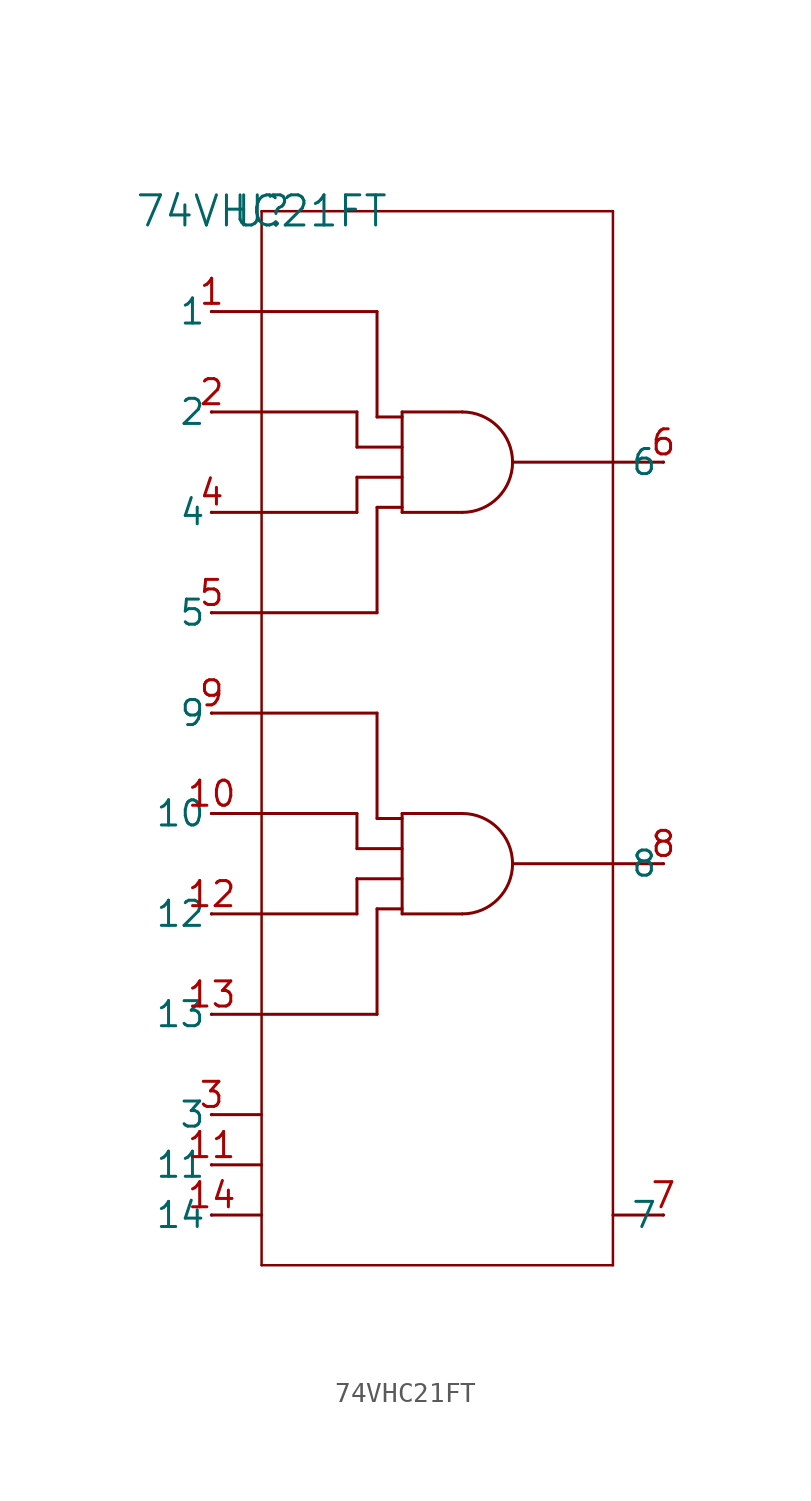
<source format=kicad_sym>
(kicad_symbol_lib
  (version 20211014)
  (generator kicad_symbol_editor)
  (symbol "74VHC21FT"
    (pin_names
      (offset 0.254))
    (property "Reference" "U"
      (at 0 0 0)
      (effects (font (size 1.524 1.524))))
    (property "Value" "74VHC21FT"
      (at 0 0 0)
      (effects (font (size 1.524 1.524))))
    (symbol "74VHC21FT_0_1"
      (arc (start 10.16 -35.56) (mid 12.7 -33.02) (end 10.16 -30.48) (stroke (width 0) (type default) (color 0 0 0 0)) (fill (type none)))
      (polyline (pts (xy -2.54 -5.08) (xy 0 -5.08)) (stroke (width 0) (type default) (color 0 0 0 0)) (fill (type none)))
      (polyline (pts (xy -2.54 -10.16) (xy 0 -10.16)) (stroke (width 0) (type default) (color 0 0 0 0)) (fill (type none)))
      (polyline (pts (xy -2.54 -15.24) (xy 0 -15.24)) (stroke (width 0) (type default) (color 0 0 0 0)) (fill (type none)))
      (polyline (pts (xy 20.32 -50.8) (xy 17.78 -50.8)) (stroke (width 0) (type default) (color 0 0 0 0)) (fill (type none)))
      (polyline (pts (xy 20.32 -12.7) (xy 17.78 -12.7)) (stroke (width 0) (type default) (color 0 0 0 0)) (fill (type none)))
      (polyline (pts (xy -2.54 -20.32) (xy 0 -20.32)) (stroke (width 0) (type default) (color 0 0 0 0)) (fill (type none)))
      (polyline (pts (xy -2.54 -50.8) (xy 0 -50.8)) (stroke (width 0) (type default) (color 0 0 0 0)) (fill (type none)))
      (polyline (pts (xy 20.32 -33.02) (xy 17.78 -33.02)) (stroke (width 0) (type default) (color 0 0 0 0)) (fill (type none)))
      (polyline (pts (xy -2.54 -25.4) (xy 0 -25.4)) (stroke (width 0) (type default) (color 0 0 0 0)) (fill (type none)))
      (polyline (pts (xy -2.54 -30.48) (xy 0 -30.48)) (stroke (width 0) (type default) (color 0 0 0 0)) (fill (type none)))
      (polyline (pts (xy -2.54 -35.56) (xy 0 -35.56)) (stroke (width 0) (type default) (color 0 0 0 0)) (fill (type none)))
      (polyline (pts (xy -2.54 -40.64) (xy 0 -40.64)) (stroke (width 0) (type default) (color 0 0 0 0)) (fill (type none)))
      (polyline (pts (xy -2.54 -45.72) (xy 0 -45.72)) (stroke (width 0) (type default) (color 0 0 0 0)) (fill (type none)))
      (polyline (pts (xy -2.54 -48.26) (xy 0 -48.26)) (stroke (width 0) (type default) (color 0 0 0 0)) (fill (type none)))
      (polyline (pts (xy 0 -53.34) (xy 0 0)) (stroke (width 0.127) (type default) (color 0 0 0 0)) (fill (type none)))
      (polyline (pts (xy 0 0) (xy 17.78 0)) (stroke (width 0.127) (type default) (color 0 0 0 0)) (fill (type none)))
      (polyline (pts (xy 17.78 0) (xy 17.78 -53.34)) (stroke (width 0.127) (type default) (color 0 0 0 0)) (fill (type none)))
      (polyline (pts (xy 17.78 -53.34) (xy 0 -53.34)) (stroke (width 0.127) (type default) (color 0 0 0 0)) (fill (type none)))
      (polyline (pts (xy 12.7 -12.7) (xy 17.78 -12.7)) (stroke (width 0) (type default) (color 0 0 0 0)) (fill (type none)))
      (polyline (pts (xy 0 -5.08) (xy 5.842 -5.08)) (stroke (width 0) (type default) (color 0 0 0 0)) (fill (type none)))
      (polyline (pts (xy 5.842 -5.08) (xy 5.842 -10.414)) (stroke (width 0) (type default) (color 0 0 0 0)) (fill (type none)))
      (polyline (pts (xy 0 -10.16) (xy 4.826 -10.16)) (stroke (width 0) (type default) (color 0 0 0 0)) (fill (type none)))
      (polyline (pts (xy 4.826 -10.16) (xy 4.826 -11.938)) (stroke (width 0) (type default) (color 0 0 0 0)) (fill (type none)))
      (polyline (pts (xy 5.842 -10.414) (xy 7.112 -10.414)) (stroke (width 0) (type default) (color 0 0 0 0)) (fill (type none)))
      (polyline (pts (xy 4.826 -11.938) (xy 7.112 -11.938)) (stroke (width 0) (type default) (color 0 0 0 0)) (fill (type none)))
      (polyline (pts (xy 7.112 -10.16) (xy 7.112 -15.24)) (stroke (width 0) (type default) (color 0 0 0 0)) (fill (type none)))
      (polyline (pts (xy 7.112 -10.16) (xy 10.16 -10.16)) (stroke (width 0) (type default) (color 0 0 0 0)) (fill (type none)))
      (polyline (pts (xy 7.112 -15.24) (xy 10.16 -15.24)) (stroke (width 0) (type default) (color 0 0 0 0)) (fill (type none)))
      (polyline (pts (xy 0 -20.32) (xy 5.842 -20.32)) (stroke (width 0) (type default) (color 0 0 0 0)) (fill (type none)))
      (polyline (pts (xy 0 -15.24) (xy 4.826 -15.24)) (stroke (width 0) (type default) (color 0 0 0 0)) (fill (type none)))
      (polyline (pts (xy 4.826 -13.462) (xy 4.826 -15.24)) (stroke (width 0) (type default) (color 0 0 0 0)) (fill (type none)))
      (polyline (pts (xy 4.826 -13.462) (xy 7.112 -13.462)) (stroke (width 0) (type default) (color 0 0 0 0)) (fill (type none)))
      (polyline (pts (xy 5.842 -14.986) (xy 7.112 -14.986)) (stroke (width 0) (type default) (color 0 0 0 0)) (fill (type none)))
      (polyline (pts (xy 5.842 -14.986) (xy 5.842 -20.32)) (stroke (width 0) (type default) (color 0 0 0 0)) (fill (type none)))
      (polyline (pts (xy 12.7 -33.02) (xy 17.78 -33.02)) (stroke (width 0) (type default) (color 0 0 0 0)) (fill (type none)))
      (polyline (pts (xy 0 -25.4) (xy 5.842 -25.4)) (stroke (width 0) (type default) (color 0 0 0 0)) (fill (type none)))
      (polyline (pts (xy 0 -30.48) (xy 4.826 -30.48)) (stroke (width 0) (type default) (color 0 0 0 0)) (fill (type none)))
      (polyline (pts (xy 7.112 -30.48) (xy 7.112 -35.56)) (stroke (width 0) (type default) (color 0 0 0 0)) (fill (type none)))
      (polyline (pts (xy 7.112 -30.48) (xy 10.16 -30.48)) (stroke (width 0) (type default) (color 0 0 0 0)) (fill (type none)))
      (polyline (pts (xy 7.112 -35.56) (xy 10.16 -35.56)) (stroke (width 0) (type default) (color 0 0 0 0)) (fill (type none)))
      (polyline (pts (xy 0 -40.64) (xy 5.842 -40.64)) (stroke (width 0) (type default) (color 0 0 0 0)) (fill (type none)))
      (polyline (pts (xy 0 -35.56) (xy 4.826 -35.56)) (stroke (width 0) (type default) (color 0 0 0 0)) (fill (type none)))
      (polyline (pts (xy 5.842 -30.734) (xy 7.112 -30.734)) (stroke (width 0) (type default) (color 0 0 0 0)) (fill (type none)))
      (polyline (pts (xy 4.826 -32.258) (xy 7.112 -32.258)) (stroke (width 0) (type default) (color 0 0 0 0)) (fill (type none)))
      (polyline (pts (xy 4.826 -33.782) (xy 7.112 -33.782)) (stroke (width 0) (type default) (color 0 0 0 0)) (fill (type none)))
      (polyline (pts (xy 5.842 -35.306) (xy 7.112 -35.306)) (stroke (width 0) (type default) (color 0 0 0 0)) (fill (type none)))
      (polyline (pts (xy 5.842 -35.306) (xy 5.842 -40.64)) (stroke (width 0) (type default) (color 0 0 0 0)) (fill (type none)))
      (polyline (pts (xy 5.842 -25.4) (xy 5.842 -30.734)) (stroke (width 0) (type default) (color 0 0 0 0)) (fill (type none)))
      (polyline (pts (xy 4.826 -30.48) (xy 4.826 -32.258)) (stroke (width 0) (type default) (color 0 0 0 0)) (fill (type none)))
      (polyline (pts (xy 4.826 -33.782) (xy 4.826 -35.56)) (stroke (width 0) (type default) (color 0 0 0 0)) (fill (type none)))
      (arc (start 10.16 -15.24) (mid 12.7 -12.7) (end 10.16 -10.16) (stroke (width 0) (type default) (color 0 0 0 0)) (fill (type none)))
      (pin unspecified line (at -2.515 -5.08 180) (length 0.025) (name "1" (effects (font (size 1.27 1.27)))) (number "1" (effects (font (size 1.27 1.27)))))
      (pin unspecified line (at -2.515 -10.16 180) (length 0.025) (name "2" (effects (font (size 1.27 1.27)))) (number "2" (effects (font (size 1.27 1.27)))))
      (pin unspecified line (at -2.515 -45.72 180) (length 0.025) (name "3" (effects (font (size 1.27 1.27)))) (number "3" (effects (font (size 1.27 1.27)))))
      (pin unspecified line (at -2.515 -15.24 180) (length 0.025) (name "4" (effects (font (size 1.27 1.27)))) (number "4" (effects (font (size 1.27 1.27)))))
      (pin unspecified line (at -2.515 -20.32 180) (length 0.025) (name "5" (effects (font (size 1.27 1.27)))) (number "5" (effects (font (size 1.27 1.27)))))
      (pin unspecified line (at 20.345 -12.7 180) (length 0.025) (name "6" (effects (font (size 1.27 1.27)))) (number "6" (effects (font (size 1.27 1.27)))))
      (pin unspecified line (at 20.345 -50.8 180) (length 0.025) (name "7" (effects (font (size 1.27 1.27)))) (number "7" (effects (font (size 1.27 1.27)))))
      (pin unspecified line (at 20.345 -33.02 180) (length 0.025) (name "8" (effects (font (size 1.27 1.27)))) (number "8" (effects (font (size 1.27 1.27)))))
      (pin unspecified line (at -2.515 -25.4 180) (length 0.025) (name "9" (effects (font (size 1.27 1.27)))) (number "9" (effects (font (size 1.27 1.27)))))
      (pin unspecified line (at -2.515 -30.48 180) (length 0.025) (name "10" (effects (font (size 1.27 1.27)))) (number "10" (effects (font (size 1.27 1.27)))))
      (pin unspecified line (at -2.515 -48.26 180) (length 0.025) (name "11" (effects (font (size 1.27 1.27)))) (number "11" (effects (font (size 1.27 1.27)))))
      (pin unspecified line (at -2.515 -35.56 180) (length 0.025) (name "12" (effects (font (size 1.27 1.27)))) (number "12" (effects (font (size 1.27 1.27)))))
      (pin unspecified line (at -2.515 -40.64 180) (length 0.025) (name "13" (effects (font (size 1.27 1.27)))) (number "13" (effects (font (size 1.27 1.27)))))
      (pin unspecified line (at -2.515 -50.8 180) (length 0.025) (name "14" (effects (font (size 1.27 1.27)))) (number "14" (effects (font (size 1.27 1.27))))))))
</source>
